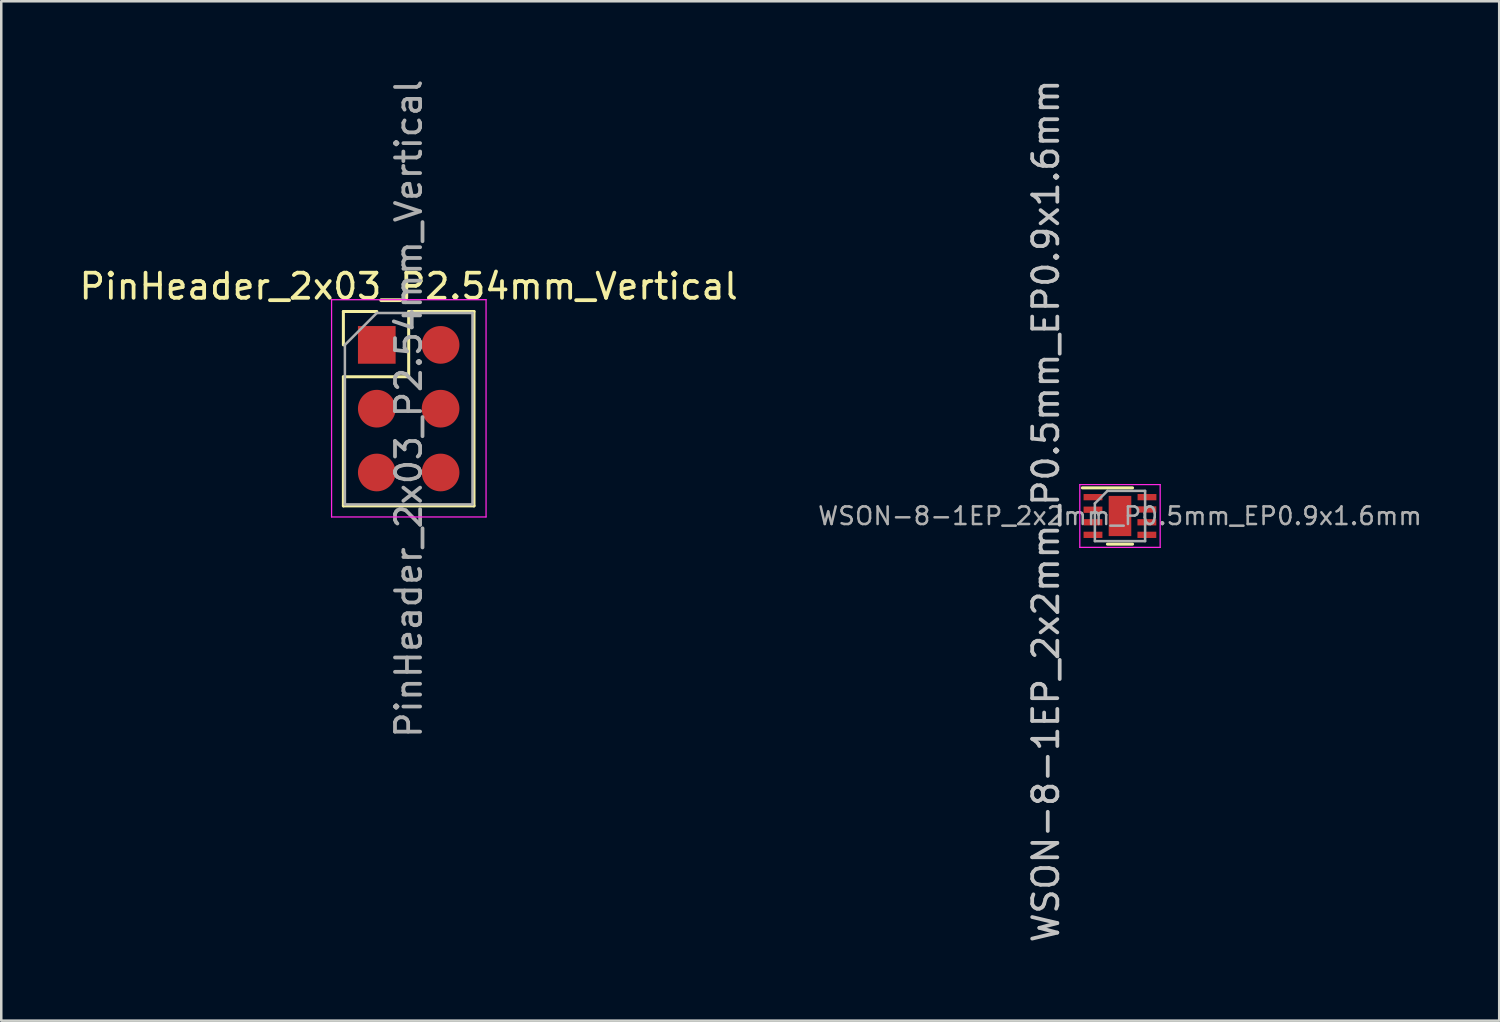
<source format=kicad_pcb>
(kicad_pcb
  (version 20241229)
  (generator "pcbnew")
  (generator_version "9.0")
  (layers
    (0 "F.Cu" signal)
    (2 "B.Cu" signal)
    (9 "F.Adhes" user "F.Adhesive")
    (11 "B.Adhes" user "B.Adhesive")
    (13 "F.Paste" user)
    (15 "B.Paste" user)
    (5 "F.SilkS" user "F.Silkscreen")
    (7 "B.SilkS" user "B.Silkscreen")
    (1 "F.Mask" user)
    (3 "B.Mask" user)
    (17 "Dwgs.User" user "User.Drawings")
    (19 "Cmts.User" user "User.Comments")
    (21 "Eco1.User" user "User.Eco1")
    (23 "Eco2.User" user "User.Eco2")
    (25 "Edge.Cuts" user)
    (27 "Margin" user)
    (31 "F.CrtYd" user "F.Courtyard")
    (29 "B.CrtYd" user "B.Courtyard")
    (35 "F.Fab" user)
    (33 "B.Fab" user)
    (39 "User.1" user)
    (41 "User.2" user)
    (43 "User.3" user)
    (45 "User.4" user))
  (footprint "WSON-8-1EP_2x2mm_P0.5mm_EP0.9x1.6mm"
    (layer "F.Cu")
    (at 41.537 17.492)
    (property "Reference" "WSON-8-1EP_2x2mm_P0.5mm_EP0.9x1.6mm" (at -2.95 -0.2 270) (layer "Dwgs.User") (effects (font (size 1 1) (thickness 0.15))))
    (attr smd)
    (fp_line (start -1.5 -1.12) (end 0.5 -1.12) (stroke (width 0.12) (type solid)) (layer "F.SilkS"))
    (fp_line (start 0.5 1.12) (end -0.5 1.12) (stroke (width 0.12) (type solid)) (layer "F.SilkS"))
    (fp_line (start -1.6 -1.25) (end -1.6 1.25) (stroke (width 0.05) (type solid)) (layer "F.CrtYd"))
    (fp_line (start -1.6 -1.25) (end 1.6 -1.25) (stroke (width 0.05) (type solid)) (layer "F.CrtYd"))
    (fp_line (start -1.6 1.25) (end 1.6 1.25) (stroke (width 0.05) (type solid)) (layer "F.CrtYd"))
    (fp_line (start 1.6 -1.25) (end 1.6 1.25) (stroke (width 0.05) (type solid)) (layer "F.CrtYd"))
    (fp_line (start -1 1) (end -1 -0.5) (stroke (width 0.1) (type solid)) (layer "F.Fab"))
    (fp_line (start -0.5 -1) (end -1 -0.5) (stroke (width 0.1) (type solid)) (layer "F.Fab"))
    (fp_line (start -0.5 -1) (end 1 -1) (stroke (width 0.1) (type solid)) (layer "F.Fab"))
    (fp_line (start 1 -1) (end 1 1) (stroke (width 0.1) (type solid)) (layer "F.Fab"))
    (fp_line (start 1 1) (end -1 1) (stroke (width 0.1) (type solid)) (layer "F.Fab"))
    (fp_text user "${REFERENCE}" (at 0 0 180) (layer "F.Fab") (effects (font (size 0.7 0.7) (thickness 0.1))))
    (pad "" smd rect (at 0 -0.4) (size 0.75 0.65) (layers "F.Paste"))
    (pad "" smd rect (at 0 0.4) (size 0.75 0.65) (layers "F.Paste"))
    (pad "1" smd rect (at -1.075 -0.75) (size 0.75 0.25) (layers "F.Cu" "F.Mask" "F.Paste"))
    (pad "2" smd rect (at -1.075 -0.25) (size 0.75 0.25) (layers "F.Cu" "F.Mask" "F.Paste"))
    (pad "3" smd rect (at -1.075 0.25) (size 0.75 0.25) (layers "F.Cu" "F.Mask" "F.Paste"))
    (pad "4" smd rect (at -1.075 0.75) (size 0.75 0.25) (layers "F.Cu" "F.Mask" "F.Paste"))
    (pad "5" smd rect (at 1.07 0.75) (size 0.75 0.25) (layers "F.Cu" "F.Mask" "F.Paste"))
    (pad "6" smd rect (at 1.07 0.25) (size 0.75 0.25) (layers "F.Cu" "F.Mask" "F.Paste"))
    (pad "7" smd rect (at 1.07 -0.26) (size 0.75 0.25) (layers "F.Cu" "F.Mask" "F.Paste"))
    (pad "8" smd rect (at 1.075 -0.75) (size 0.75 0.25) (layers "F.Cu" "F.Mask" "F.Paste"))
    (pad "9" smd rect (at 0 0) (size 0.9 1.6) (layers "F.Cu" "F.Mask")))
  (footprint "PinHeader_2x03_P2.54mm_Vertical"
    (layer "F.Cu")
    (at 11.95 10.68)
    (property "Reference" "PinHeader_2x03_P2.54mm_Vertical" (at 1.27 -2.33 0) (layer "F.SilkS") (effects (font (size 1 1) (thickness 0.15))))
    (attr through_hole)
    (fp_line (start -1.33 -1.33) (end 0 -1.33) (stroke (width 0.12) (type solid)) (layer "F.SilkS"))
    (fp_line (start -1.33 0) (end -1.33 -1.33) (stroke (width 0.12) (type solid)) (layer "F.SilkS"))
    (fp_line (start -1.33 1.27) (end -1.33 6.41) (stroke (width 0.12) (type solid)) (layer "F.SilkS"))
    (fp_line (start -1.33 1.27) (end 1.27 1.27) (stroke (width 0.12) (type solid)) (layer "F.SilkS"))
    (fp_line (start -1.33 6.41) (end 3.87 6.41) (stroke (width 0.12) (type solid)) (layer "F.SilkS"))
    (fp_line (start 1.27 -1.33) (end 3.87 -1.33) (stroke (width 0.12) (type solid)) (layer "F.SilkS"))
    (fp_line (start 1.27 1.27) (end 1.27 -1.33) (stroke (width 0.12) (type solid)) (layer "F.SilkS"))
    (fp_line (start 3.87 -1.33) (end 3.87 6.41) (stroke (width 0.12) (type solid)) (layer "F.SilkS"))
    (fp_line (start -1.8 -1.8) (end -1.8 6.85) (stroke (width 0.05) (type solid)) (layer "F.CrtYd"))
    (fp_line (start -1.8 6.85) (end 4.35 6.85) (stroke (width 0.05) (type solid)) (layer "F.CrtYd"))
    (fp_line (start 4.35 -1.8) (end -1.8 -1.8) (stroke (width 0.05) (type solid)) (layer "F.CrtYd"))
    (fp_line (start 4.35 6.85) (end 4.35 -1.8) (stroke (width 0.05) (type solid)) (layer "F.CrtYd"))
    (fp_line (start -1.27 0) (end 0 -1.27) (stroke (width 0.1) (type solid)) (layer "F.Fab"))
    (fp_line (start -1.27 6.35) (end -1.27 0) (stroke (width 0.1) (type solid)) (layer "F.Fab"))
    (fp_line (start 0 -1.27) (end 3.81 -1.27) (stroke (width 0.1) (type solid)) (layer "F.Fab"))
    (fp_line (start 3.81 -1.27) (end 3.81 6.35) (stroke (width 0.1) (type solid)) (layer "F.Fab"))
    (fp_line (start 3.81 6.35) (end -1.27 6.35) (stroke (width 0.1) (type solid)) (layer "F.Fab"))
    (fp_text user "${REFERENCE}" (at 1.27 2.54 90) (layer "F.Fab") (effects (font (size 1 1) (thickness 0.15))))
    (pad "1" smd rect (at 0 0) (size 1.5 1.5) (layers "F.Cu" "F.Mask" "F.Paste"))
    (pad "2" smd oval (at 2.54 0) (size 1.5 1.5) (layers "F.Cu" "F.Mask" "F.Paste"))
    (pad "3" smd oval (at 0 2.54) (size 1.5 1.5) (layers "F.Cu" "F.Mask" "F.Paste"))
    (pad "4" smd oval (at 2.54 2.54) (size 1.5 1.5) (layers "F.Cu" "F.Mask" "F.Paste"))
    (pad "5" smd oval (at 0 5.08) (size 1.5 1.5) (layers "F.Cu" "F.Mask" "F.Paste"))
    (pad "6" smd oval (at 2.54 5.08) (size 1.5 1.5) (layers "F.Cu" "F.Mask" "F.Paste")))
  (gr_rect
    (start -3 -3)
    (end 56.634 37.583)
    (stroke (width 0.1) (type default))
    (fill no)
    (layer "Edge.Cuts")))
</source>
